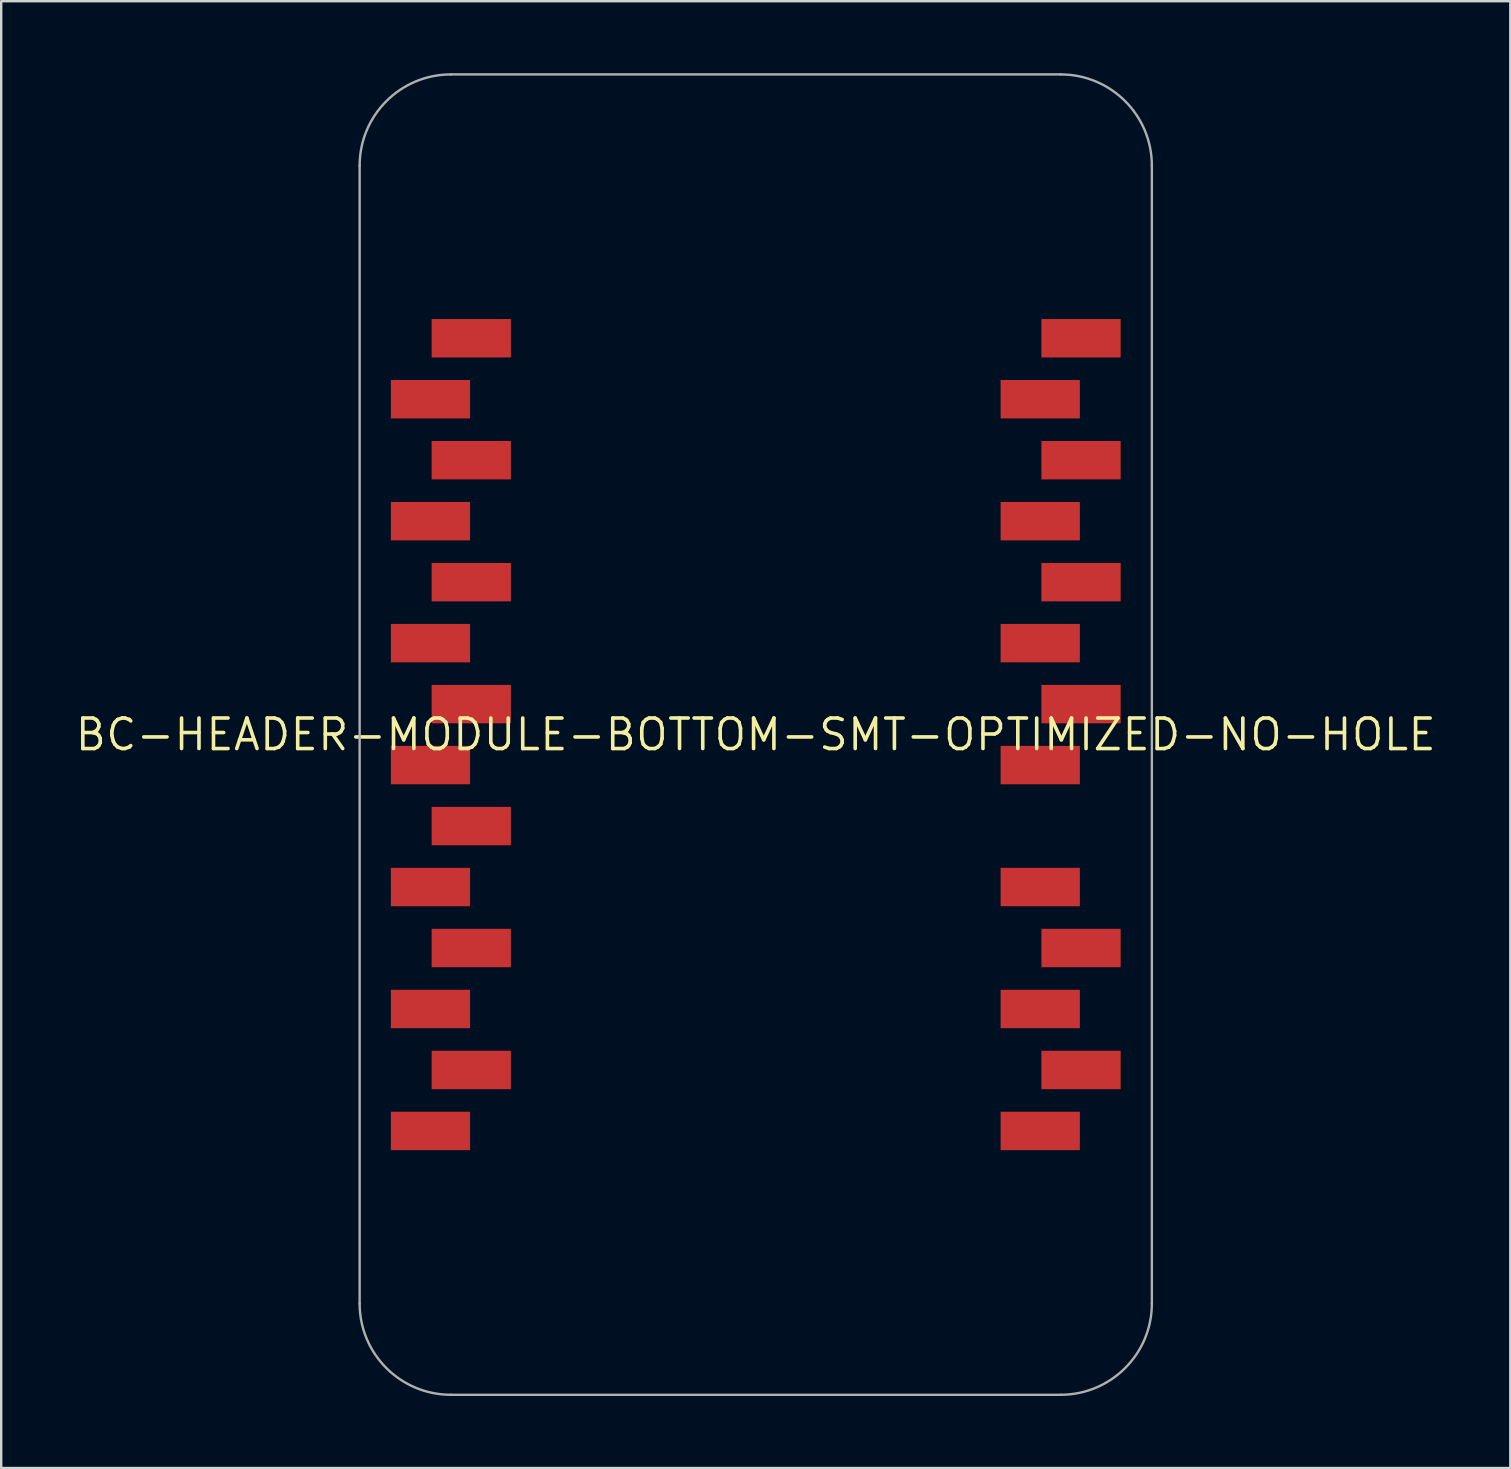
<source format=kicad_pcb>
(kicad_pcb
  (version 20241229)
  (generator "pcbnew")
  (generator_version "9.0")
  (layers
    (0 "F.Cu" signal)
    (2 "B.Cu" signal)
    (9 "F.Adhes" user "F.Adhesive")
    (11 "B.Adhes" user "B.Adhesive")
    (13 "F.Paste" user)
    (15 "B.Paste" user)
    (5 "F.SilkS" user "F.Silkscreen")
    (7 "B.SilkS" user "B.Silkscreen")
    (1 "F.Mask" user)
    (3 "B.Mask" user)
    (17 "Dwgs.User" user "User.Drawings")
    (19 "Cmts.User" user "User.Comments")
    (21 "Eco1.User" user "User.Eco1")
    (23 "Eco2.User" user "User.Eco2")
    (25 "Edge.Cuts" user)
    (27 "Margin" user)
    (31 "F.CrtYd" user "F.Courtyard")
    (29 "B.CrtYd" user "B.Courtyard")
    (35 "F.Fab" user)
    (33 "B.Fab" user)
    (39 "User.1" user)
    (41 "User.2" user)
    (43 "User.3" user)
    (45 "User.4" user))
  (footprint "BC-HEADER-MODULE-BOTTOM-SMT-OPTIMIZED-NO-HOLE"
    (layer "F.Cu")
    (at 28.431 27.55)
    (property "Reference" "BC-HEADER-MODULE-BOTTOM-SMT-OPTIMIZED-NO-HOLE" (at 0 0 0) (unlocked yes) (layer "F.SilkS") (effects (font (size 1.27 1.27) (thickness 0.15))))
    (fp_poly (pts (xy -11.9 -13.17) (xy -15.2 -13.17) (xy -15.2 -14.77) (xy -11.9 -14.77)) (stroke (width 0) (type default)) (fill yes) (layer "F.Cu"))
    (fp_poly (pts (xy -11.9 -8.09) (xy -15.2 -8.09) (xy -15.2 -9.69) (xy -11.9 -9.69)) (stroke (width 0) (type default)) (fill yes) (layer "F.Cu"))
    (fp_poly (pts (xy -11.9 -3.01) (xy -15.2 -3.01) (xy -15.2 -4.61) (xy -11.9 -4.61)) (stroke (width 0) (type default)) (fill yes) (layer "F.Cu"))
    (fp_poly (pts (xy -11.9 2.07) (xy -15.2 2.07) (xy -15.2 0.47) (xy -11.9 0.47)) (stroke (width 0) (type default)) (fill yes) (layer "F.Cu"))
    (fp_poly (pts (xy -11.9 7.15) (xy -15.2 7.15) (xy -15.2 5.55) (xy -11.9 5.55)) (stroke (width 0) (type default)) (fill yes) (layer "F.Cu"))
    (fp_poly (pts (xy -11.9 12.23) (xy -15.2 12.23) (xy -15.2 10.63) (xy -11.9 10.63)) (stroke (width 0) (type default)) (fill yes) (layer "F.Cu"))
    (fp_poly (pts (xy -11.9 17.31) (xy -15.2 17.31) (xy -15.2 15.71) (xy -11.9 15.71)) (stroke (width 0) (type default)) (fill yes) (layer "F.Cu"))
    (fp_poly (pts (xy -10.2 -15.71) (xy -13.5 -15.71) (xy -13.5 -17.31) (xy -10.2 -17.31)) (stroke (width 0) (type default)) (fill yes) (layer "F.Cu"))
    (fp_poly (pts (xy -10.2 -10.63) (xy -13.5 -10.63) (xy -13.5 -12.23) (xy -10.2 -12.23)) (stroke (width 0) (type default)) (fill yes) (layer "F.Cu"))
    (fp_poly (pts (xy -10.2 -5.55) (xy -13.5 -5.55) (xy -13.5 -7.15) (xy -10.2 -7.15)) (stroke (width 0) (type default)) (fill yes) (layer "F.Cu"))
    (fp_poly (pts (xy -10.2 -0.47) (xy -13.5 -0.47) (xy -13.5 -2.07) (xy -10.2 -2.07)) (stroke (width 0) (type default)) (fill yes) (layer "F.Cu"))
    (fp_poly (pts (xy -10.2 4.61) (xy -13.5 4.61) (xy -13.5 3.01) (xy -10.2 3.01)) (stroke (width 0) (type default)) (fill yes) (layer "F.Cu"))
    (fp_poly (pts (xy -10.2 9.69) (xy -13.5 9.69) (xy -13.5 8.09) (xy -10.2 8.09)) (stroke (width 0) (type default)) (fill yes) (layer "F.Cu"))
    (fp_poly (pts (xy -10.2 14.77) (xy -13.5 14.77) (xy -13.5 13.17) (xy -10.2 13.17)) (stroke (width 0) (type default)) (fill yes) (layer "F.Cu"))
    (fp_poly (pts (xy 13.5 -13.17) (xy 10.2 -13.17) (xy 10.2 -14.77) (xy 13.5 -14.77)) (stroke (width 0) (type default)) (fill yes) (layer "F.Cu"))
    (fp_poly (pts (xy 13.5 -8.09) (xy 10.2 -8.09) (xy 10.2 -9.69) (xy 13.5 -9.69)) (stroke (width 0) (type default)) (fill yes) (layer "F.Cu"))
    (fp_poly (pts (xy 13.5 -3.01) (xy 10.2 -3.01) (xy 10.2 -4.61) (xy 13.5 -4.61)) (stroke (width 0) (type default)) (fill yes) (layer "F.Cu"))
    (fp_poly (pts (xy 13.5 2.07) (xy 10.2 2.07) (xy 10.2 0.47) (xy 13.5 0.47)) (stroke (width 0) (type default)) (fill yes) (layer "F.Cu"))
    (fp_poly (pts (xy 13.5 7.15) (xy 10.2 7.15) (xy 10.2 5.55) (xy 13.5 5.55)) (stroke (width 0) (type default)) (fill yes) (layer "F.Cu"))
    (fp_poly (pts (xy 13.5 12.23) (xy 10.2 12.23) (xy 10.2 10.63) (xy 13.5 10.63)) (stroke (width 0) (type default)) (fill yes) (layer "F.Cu"))
    (fp_poly (pts (xy 13.5 17.31) (xy 10.2 17.31) (xy 10.2 15.71) (xy 13.5 15.71)) (stroke (width 0) (type default)) (fill yes) (layer "F.Cu"))
    (fp_poly (pts (xy 15.2 -15.71) (xy 11.9 -15.71) (xy 11.9 -17.31) (xy 15.2 -17.31)) (stroke (width 0) (type default)) (fill yes) (layer "F.Cu"))
    (fp_poly (pts (xy 15.2 -10.63) (xy 11.9 -10.63) (xy 11.9 -12.23) (xy 15.2 -12.23)) (stroke (width 0) (type default)) (fill yes) (layer "F.Cu"))
    (fp_poly (pts (xy 15.2 -5.55) (xy 11.9 -5.55) (xy 11.9 -7.15) (xy 15.2 -7.15)) (stroke (width 0) (type default)) (fill yes) (layer "F.Cu"))
    (fp_poly (pts (xy 15.2 -0.47) (xy 11.9 -0.47) (xy 11.9 -2.07) (xy 15.2 -2.07)) (stroke (width 0) (type default)) (fill yes) (layer "F.Cu"))
    (fp_poly (pts (xy 15.2 9.69) (xy 11.9 9.69) (xy 11.9 8.09) (xy 15.2 8.09)) (stroke (width 0) (type default)) (fill yes) (layer "F.Cu"))
    (fp_poly (pts (xy 15.2 14.77) (xy 11.9 14.77) (xy 11.9 13.17) (xy 15.2 13.17)) (stroke (width 0) (type default)) (fill yes) (layer "F.Cu"))
    (fp_poly (pts (xy -13.6 -15.61) (xy -10.1 -15.61) (xy -10.1 -17.41) (xy -13.6 -17.41)) (stroke (width 0) (type default)) (fill yes) (layer "F.Mask"))
    (fp_poly (pts (xy -13.6 -10.53) (xy -10.1 -10.53) (xy -10.1 -12.33) (xy -13.6 -12.33)) (stroke (width 0) (type default)) (fill yes) (layer "F.Mask"))
    (fp_poly (pts (xy -13.6 -5.45) (xy -10.1 -5.45) (xy -10.1 -7.25) (xy -13.6 -7.25)) (stroke (width 0) (type default)) (fill yes) (layer "F.Mask"))
    (fp_poly (pts (xy -13.6 -0.37) (xy -10.1 -0.37) (xy -10.1 -2.17) (xy -13.6 -2.17)) (stroke (width 0) (type default)) (fill yes) (layer "F.Mask"))
    (fp_poly (pts (xy -13.6 4.71) (xy -10.1 4.71) (xy -10.1 2.91) (xy -13.6 2.91)) (stroke (width 0) (type default)) (fill yes) (layer "F.Mask"))
    (fp_poly (pts (xy -13.6 9.79) (xy -10.1 9.79) (xy -10.1 7.99) (xy -13.6 7.99)) (stroke (width 0) (type default)) (fill yes) (layer "F.Mask"))
    (fp_poly (pts (xy -13.6 14.87) (xy -10.1 14.87) (xy -10.1 13.07) (xy -13.6 13.07)) (stroke (width 0) (type default)) (fill yes) (layer "F.Mask"))
    (fp_poly (pts (xy -11.8 -14.87) (xy -15.3 -14.87) (xy -15.3 -13.07) (xy -11.8 -13.07)) (stroke (width 0) (type default)) (fill yes) (layer "F.Mask"))
    (fp_poly (pts (xy -11.8 -9.79) (xy -15.3 -9.79) (xy -15.3 -7.99) (xy -11.8 -7.99)) (stroke (width 0) (type default)) (fill yes) (layer "F.Mask"))
    (fp_poly (pts (xy -11.8 -4.71) (xy -15.3 -4.71) (xy -15.3 -2.91) (xy -11.8 -2.91)) (stroke (width 0) (type default)) (fill yes) (layer "F.Mask"))
    (fp_poly (pts (xy -11.8 0.37) (xy -15.3 0.37) (xy -15.3 2.17) (xy -11.8 2.17)) (stroke (width 0) (type default)) (fill yes) (layer "F.Mask"))
    (fp_poly (pts (xy -11.8 5.45) (xy -15.3 5.45) (xy -15.3 7.25) (xy -11.8 7.25)) (stroke (width 0) (type default)) (fill yes) (layer "F.Mask"))
    (fp_poly (pts (xy -11.8 10.53) (xy -15.3 10.53) (xy -15.3 12.33) (xy -11.8 12.33)) (stroke (width 0) (type default)) (fill yes) (layer "F.Mask"))
    (fp_poly (pts (xy -11.8 15.61) (xy -15.3 15.61) (xy -15.3 17.41) (xy -11.8 17.41)) (stroke (width 0) (type default)) (fill yes) (layer "F.Mask"))
    (fp_poly (pts (xy 11.8 -15.61) (xy 15.3 -15.61) (xy 15.3 -17.41) (xy 11.8 -17.41)) (stroke (width 0) (type default)) (fill yes) (layer "F.Mask"))
    (fp_poly (pts (xy 11.8 -10.53) (xy 15.3 -10.53) (xy 15.3 -12.33) (xy 11.8 -12.33)) (stroke (width 0) (type default)) (fill yes) (layer "F.Mask"))
    (fp_poly (pts (xy 11.8 -5.45) (xy 15.3 -5.45) (xy 15.3 -7.25) (xy 11.8 -7.25)) (stroke (width 0) (type default)) (fill yes) (layer "F.Mask"))
    (fp_poly (pts (xy 11.8 -0.37) (xy 15.3 -0.37) (xy 15.3 -2.17) (xy 11.8 -2.17)) (stroke (width 0) (type default)) (fill yes) (layer "F.Mask"))
    (fp_poly (pts (xy 11.8 9.79) (xy 15.3 9.79) (xy 15.3 7.99) (xy 11.8 7.99)) (stroke (width 0) (type default)) (fill yes) (layer "F.Mask"))
    (fp_poly (pts (xy 11.8 14.87) (xy 15.3 14.87) (xy 15.3 13.07) (xy 11.8 13.07)) (stroke (width 0) (type default)) (fill yes) (layer "F.Mask"))
    (fp_poly (pts (xy 13.6 -14.87) (xy 10.1 -14.87) (xy 10.1 -13.07) (xy 13.6 -13.07)) (stroke (width 0) (type default)) (fill yes) (layer "F.Mask"))
    (fp_poly (pts (xy 13.6 -9.79) (xy 10.1 -9.79) (xy 10.1 -7.99) (xy 13.6 -7.99)) (stroke (width 0) (type default)) (fill yes) (layer "F.Mask"))
    (fp_poly (pts (xy 13.6 -4.71) (xy 10.1 -4.71) (xy 10.1 -2.91) (xy 13.6 -2.91)) (stroke (width 0) (type default)) (fill yes) (layer "F.Mask"))
    (fp_poly (pts (xy 13.6 0.37) (xy 10.1 0.37) (xy 10.1 2.17) (xy 13.6 2.17)) (stroke (width 0) (type default)) (fill yes) (layer "F.Mask"))
    (fp_poly (pts (xy 13.6 5.45) (xy 10.1 5.45) (xy 10.1 7.25) (xy 13.6 7.25)) (stroke (width 0) (type default)) (fill yes) (layer "F.Mask"))
    (fp_poly (pts (xy 13.6 10.53) (xy 10.1 10.53) (xy 10.1 12.33) (xy 13.6 12.33)) (stroke (width 0) (type default)) (fill yes) (layer "F.Mask"))
    (fp_poly (pts (xy 13.6 15.61) (xy 10.1 15.61) (xy 10.1 17.41) (xy 13.6 17.41)) (stroke (width 0) (type default)) (fill yes) (layer "F.Mask"))
    (fp_poly (pts (xy -15.7 -13.32) (xy -13.6 -13.32) (xy -13.6 -14.62) (xy -15.7 -14.62)) (stroke (width 0) (type default)) (fill yes) (layer "F.Paste"))
    (fp_poly (pts (xy -15.7 -8.24) (xy -13.6 -8.24) (xy -13.6 -9.54) (xy -15.7 -9.54)) (stroke (width 0) (type default)) (fill yes) (layer "F.Paste"))
    (fp_poly (pts (xy -15.7 -3.16) (xy -13.6 -3.16) (xy -13.6 -4.46) (xy -15.7 -4.46)) (stroke (width 0) (type default)) (fill yes) (layer "F.Paste"))
    (fp_poly (pts (xy -15.7 1.92) (xy -13.6 1.92) (xy -13.6 0.62) (xy -15.7 0.62)) (stroke (width 0) (type default)) (fill yes) (layer "F.Paste"))
    (fp_poly (pts (xy -15.7 7) (xy -13.6 7) (xy -13.6 5.7) (xy -15.7 5.7)) (stroke (width 0) (type default)) (fill yes) (layer "F.Paste"))
    (fp_poly (pts (xy -13.6 10.78) (xy -15.7 10.78) (xy -15.7 12.08) (xy -13.6 12.08)) (stroke (width 0) (type default)) (fill yes) (layer "F.Paste"))
    (fp_poly (pts (xy -13.6 15.86) (xy -15.7 15.86) (xy -15.7 17.16) (xy -13.6 17.16)) (stroke (width 0) (type default)) (fill yes) (layer "F.Paste"))
    (fp_poly (pts (xy -11.8 -10.78) (xy -9.7 -10.78) (xy -9.7 -12.08) (xy -11.8 -12.08)) (stroke (width 0) (type default)) (fill yes) (layer "F.Paste"))
    (fp_poly (pts (xy -11.8 -5.7) (xy -9.7 -5.7) (xy -9.7 -7) (xy -11.8 -7)) (stroke (width 0) (type default)) (fill yes) (layer "F.Paste"))
    (fp_poly (pts (xy -11.8 -0.62) (xy -9.7 -0.62) (xy -9.7 -1.92) (xy -11.8 -1.92)) (stroke (width 0) (type default)) (fill yes) (layer "F.Paste"))
    (fp_poly (pts (xy -11.8 4.46) (xy -9.7 4.46) (xy -9.7 3.16) (xy -11.8 3.16)) (stroke (width 0) (type default)) (fill yes) (layer "F.Paste"))
    (fp_poly (pts (xy -11.8 9.54) (xy -9.7 9.54) (xy -9.7 8.24) (xy -11.8 8.24)) (stroke (width 0) (type default)) (fill yes) (layer "F.Paste"))
    (fp_poly (pts (xy -11.8 14.62) (xy -9.7 14.62) (xy -9.7 13.32) (xy -11.8 13.32)) (stroke (width 0) (type default)) (fill yes) (layer "F.Paste"))
    (fp_poly (pts (xy -9.7 -17.16) (xy -11.8 -17.16) (xy -11.8 -15.86) (xy -9.7 -15.86)) (stroke (width 0) (type default)) (fill yes) (layer "F.Paste"))
    (fp_poly (pts (xy 9.7 -13.32) (xy 11.8 -13.32) (xy 11.8 -14.62) (xy 9.7 -14.62)) (stroke (width 0) (type default)) (fill yes) (layer "F.Paste"))
    (fp_poly (pts (xy 9.7 -8.24) (xy 11.8 -8.24) (xy 11.8 -9.54) (xy 9.7 -9.54)) (stroke (width 0) (type default)) (fill yes) (layer "F.Paste"))
    (fp_poly (pts (xy 9.7 -3.16) (xy 11.8 -3.16) (xy 11.8 -4.46) (xy 9.7 -4.46)) (stroke (width 0) (type default)) (fill yes) (layer "F.Paste"))
    (fp_poly (pts (xy 9.7 1.92) (xy 11.8 1.92) (xy 11.8 0.62) (xy 9.7 0.62)) (stroke (width 0) (type default)) (fill yes) (layer "F.Paste"))
    (fp_poly (pts (xy 9.7 7) (xy 11.8 7) (xy 11.8 5.7) (xy 9.7 5.7)) (stroke (width 0) (type default)) (fill yes) (layer "F.Paste"))
    (fp_poly (pts (xy 11.8 10.78) (xy 9.7 10.78) (xy 9.7 12.08) (xy 11.8 12.08)) (stroke (width 0) (type default)) (fill yes) (layer "F.Paste"))
    (fp_poly (pts (xy 11.8 15.86) (xy 9.7 15.86) (xy 9.7 17.16) (xy 11.8 17.16)) (stroke (width 0) (type default)) (fill yes) (layer "F.Paste"))
    (fp_poly (pts (xy 13.6 -10.78) (xy 15.7 -10.78) (xy 15.7 -12.08) (xy 13.6 -12.08)) (stroke (width 0) (type default)) (fill yes) (layer "F.Paste"))
    (fp_poly (pts (xy 13.6 -5.7) (xy 15.7 -5.7) (xy 15.7 -7) (xy 13.6 -7)) (stroke (width 0) (type default)) (fill yes) (layer "F.Paste"))
    (fp_poly (pts (xy 13.6 -0.62) (xy 15.7 -0.62) (xy 15.7 -1.92) (xy 13.6 -1.92)) (stroke (width 0) (type default)) (fill yes) (layer "F.Paste"))
    (fp_poly (pts (xy 13.6 9.54) (xy 15.7 9.54) (xy 15.7 8.24) (xy 13.6 8.24)) (stroke (width 0) (type default)) (fill yes) (layer "F.Paste"))
    (fp_poly (pts (xy 13.6 14.62) (xy 15.7 14.62) (xy 15.7 13.32) (xy 13.6 13.32)) (stroke (width 0) (type default)) (fill yes) (layer "F.Paste"))
    (fp_poly (pts (xy 15.7 -17.16) (xy 13.6 -17.16) (xy 13.6 -15.86) (xy 15.7 -15.86)) (stroke (width 0) (type default)) (fill yes) (layer "F.Paste"))
    (fp_line (start -16.5 23.7) (end -16.5 -23.7) (stroke (width 0.1) (type solid)) (layer "F.Fab"))
    (fp_line (start -12.7 -27.5) (end 12.7 -27.5) (stroke (width 0.1) (type solid)) (layer "F.Fab"))
    (fp_line (start 12.7 27.5) (end -12.7 27.5) (stroke (width 0.1) (type solid)) (layer "F.Fab"))
    (fp_line (start 16.5 -23.7) (end 16.5 23.7) (stroke (width 0.1) (type solid)) (layer "F.Fab"))
    (fp_arc (start -16.5 -23.7) (mid -15.387006 -26.387006) (end -12.7 -27.5) (stroke (width 0.1) (type solid)) (layer "F.Fab"))
    (fp_arc (start -12.7 27.5) (mid -15.387006 26.387006) (end -16.5 23.7) (stroke (width 0.1) (type solid)) (layer "F.Fab"))
    (fp_arc (start 12.7 -27.5) (mid 15.387006 -26.387006) (end 16.5 -23.7) (stroke (width 0.1) (type solid)) (layer "F.Fab"))
    (fp_arc (start 16.5 23.7) (mid 15.387006 26.387006) (end 12.7 27.5) (stroke (width 0.1) (type solid)) (layer "F.Fab"))
    (pad "1" smd roundrect (at -12.7 -16.51) (size 1 1) (layers "F.Cu") (roundrect_rratio 0.5))
    (pad "2" smd roundrect (at -12.7 -13.97) (size 1 1) (layers "F.Cu") (roundrect_rratio 0.5))
    (pad "3" smd roundrect (at -12.7 -11.43) (size 1 1) (layers "F.Cu") (roundrect_rratio 0.5))
    (pad "4" smd roundrect (at -12.7 -8.89) (size 1 1) (layers "F.Cu") (roundrect_rratio 0.5))
    (pad "5" smd roundrect (at -12.7 -6.35) (size 1 1) (layers "F.Cu") (roundrect_rratio 0.5))
    (pad "6" smd roundrect (at -12.7 -3.81) (size 1 1) (layers "F.Cu") (roundrect_rratio 0.5))
    (pad "7" smd roundrect (at -12.7 -1.27) (size 1 1) (layers "F.Cu") (roundrect_rratio 0.5))
    (pad "8" smd roundrect (at -12.7 1.27) (size 1 1) (layers "F.Cu") (roundrect_rratio 0.5))
    (pad "9" smd roundrect (at -12.7 3.81) (size 1 1) (layers "F.Cu") (roundrect_rratio 0.5))
    (pad "10" smd roundrect (at -12.7 6.35) (size 1 1) (layers "F.Cu") (roundrect_rratio 0.5))
    (pad "11" smd roundrect (at -12.7 8.89) (size 1 1) (layers "F.Cu") (roundrect_rratio 0.5))
    (pad "12" smd roundrect (at -12.7 11.43) (size 1 1) (layers "F.Cu") (roundrect_rratio 0.5))
    (pad "13" smd roundrect (at -12.7 13.97) (size 1 1) (layers "F.Cu") (roundrect_rratio 0.5))
    (pad "14" smd roundrect (at -12.7 16.51) (size 1 1) (layers "F.Cu") (roundrect_rratio 0.5))
    (pad "15" smd roundrect (at 12.7 16.51) (size 1 1) (layers "F.Cu") (roundrect_rratio 0.5))
    (pad "16" smd roundrect (at 12.7 13.97) (size 1 1) (layers "F.Cu") (roundrect_rratio 0.5))
    (pad "17" smd roundrect (at 12.7 11.43) (size 1 1) (layers "F.Cu") (roundrect_rratio 0.5))
    (pad "18" smd roundrect (at 12.7 8.89) (size 1 1) (layers "F.Cu") (roundrect_rratio 0.5))
    (pad "19" smd roundrect (at 12.7 6.35) (size 1 1) (layers "F.Cu") (roundrect_rratio 0.5))
    (pad "21" smd roundrect (at 12.7 1.27) (size 1 1) (layers "F.Cu") (roundrect_rratio 0.5))
    (pad "22" smd roundrect (at 12.7 -1.27) (size 1 1) (layers "F.Cu") (roundrect_rratio 0.5))
    (pad "23" smd roundrect (at 12.7 -3.81) (size 1 1) (layers "F.Cu") (roundrect_rratio 0.5))
    (pad "24" smd roundrect (at 12.7 -6.35) (size 1 1) (layers "F.Cu") (roundrect_rratio 0.5))
    (pad "25" smd roundrect (at 12.7 -8.89) (size 1 1) (layers "F.Cu") (roundrect_rratio 0.5))
    (pad "26" smd roundrect (at 12.7 -11.43) (size 1 1) (layers "F.Cu") (roundrect_rratio 0.5))
    (pad "27" smd roundrect (at 12.7 -13.97) (size 1 1) (layers "F.Cu") (roundrect_rratio 0.5))
    (pad "28" smd roundrect (at 12.7 -16.51) (size 1 1) (layers "F.Cu") (roundrect_rratio 0.5)))
  (gr_rect
    (start -3 -3)
    (end 59.862 58.1)
    (stroke (width 0.1) (type default))
    (fill no)
    (layer "Edge.Cuts")))
</source>
